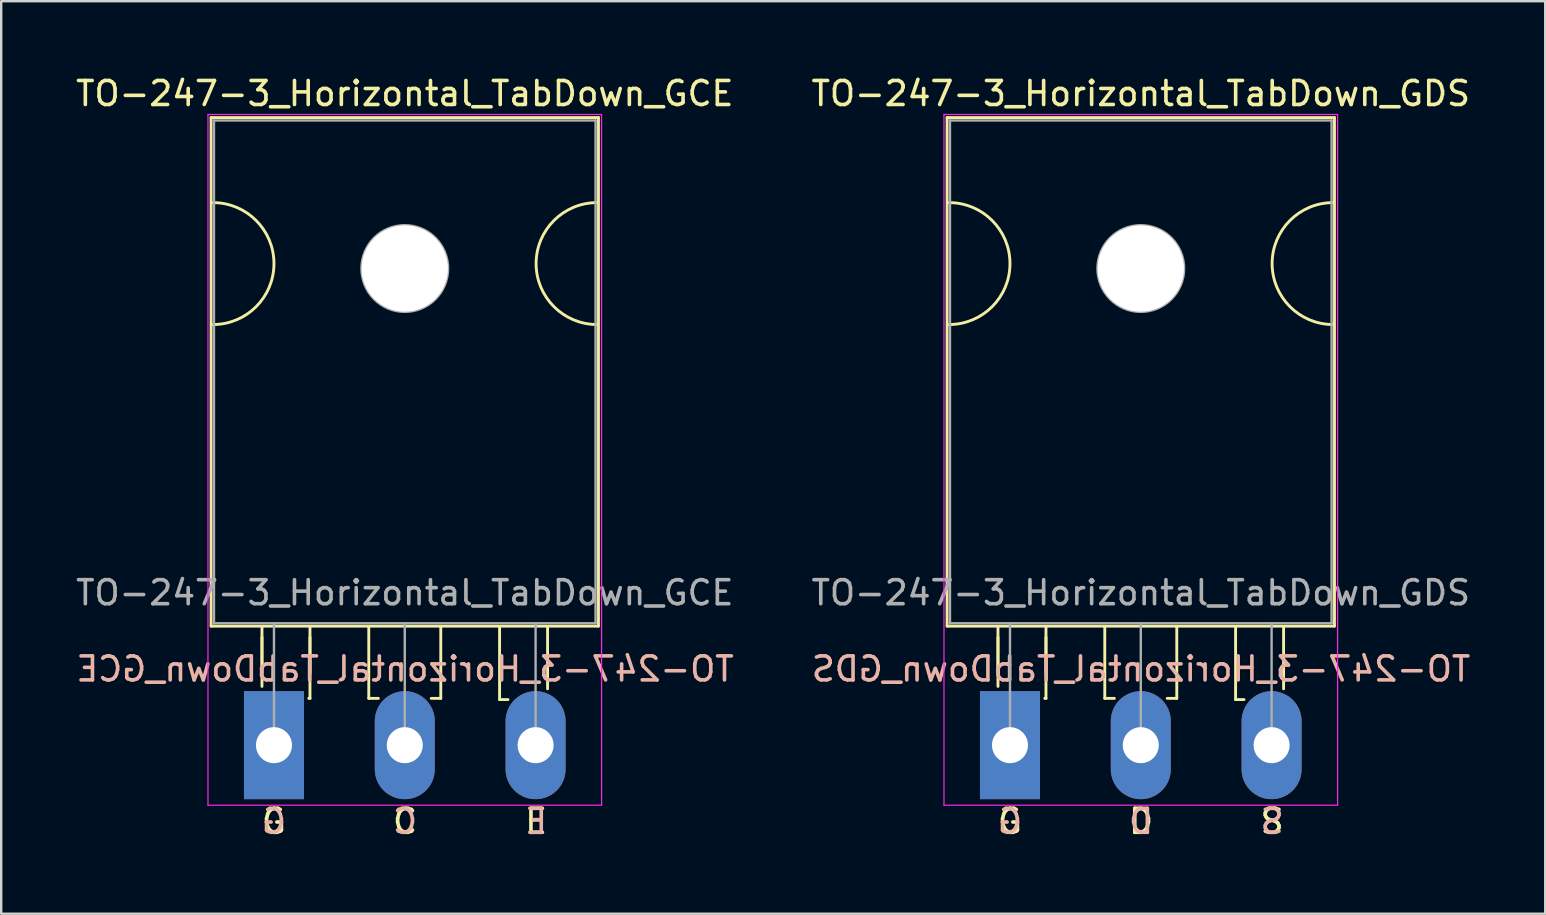
<source format=kicad_pcb>
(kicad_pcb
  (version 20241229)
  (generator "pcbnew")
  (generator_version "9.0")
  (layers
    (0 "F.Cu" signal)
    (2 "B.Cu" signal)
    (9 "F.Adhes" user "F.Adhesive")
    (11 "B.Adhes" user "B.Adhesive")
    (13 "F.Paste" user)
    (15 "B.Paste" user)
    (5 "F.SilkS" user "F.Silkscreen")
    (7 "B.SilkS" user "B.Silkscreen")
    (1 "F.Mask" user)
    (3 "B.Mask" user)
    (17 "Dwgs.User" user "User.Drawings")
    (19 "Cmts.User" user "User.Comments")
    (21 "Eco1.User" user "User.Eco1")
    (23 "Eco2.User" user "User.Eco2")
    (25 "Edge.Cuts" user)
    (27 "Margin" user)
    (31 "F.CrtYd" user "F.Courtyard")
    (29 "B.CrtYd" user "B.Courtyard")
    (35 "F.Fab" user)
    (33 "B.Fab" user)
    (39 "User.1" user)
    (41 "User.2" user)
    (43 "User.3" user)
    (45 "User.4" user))
  (footprint "TO-247-3_Horizontal_TabDown_GDS"
    (layer "F.Cu")
    (at 39.031 27.998)
    (property "Reference" "TO-247-3_Horizontal_TabDown_GDS" (at 5.45 -27.15 0) (layer "F.SilkS") (effects (font (size 1 1) (thickness 0.15))))
    (fp_line (start -2.62 -26.15) (end -2.62 -4.96) (stroke (width 0.12) (type solid)) (layer "F.SilkS"))
    (fp_line (start -2.62 -26.15) (end 13.52 -26.15) (stroke (width 0.12) (type solid)) (layer "F.SilkS"))
    (fp_line (start -2.62 -4.96) (end 13.52 -4.96) (stroke (width 0.12) (type solid)) (layer "F.SilkS"))
    (fp_line (start -0.5 -4.95) (end -0.5 -2.45) (stroke (width 0.12) (type solid)) (layer "F.SilkS"))
    (fp_line (start -0.5 -4.5) (end -0.5 -3) (stroke (width 0.12) (type solid)) (layer "F.SilkS"))
    (fp_line (start 1.5 -4.95) (end 1.5 -1.95) (stroke (width 0.12) (type solid)) (layer "F.SilkS"))
    (fp_line (start 1.5 -4.5) (end 1.5 -3) (stroke (width 0.12) (type solid)) (layer "F.SilkS"))
    (fp_line (start 1.5 -1.95) (end 1.45 -1.95) (stroke (width 0.12) (type solid)) (layer "F.SilkS"))
    (fp_line (start 3.95 -4.9) (end 3.95 -1.95) (stroke (width 0.12) (type solid)) (layer "F.SilkS"))
    (fp_line (start 3.95 -1.95) (end 4.35 -1.95) (stroke (width 0.12) (type solid)) (layer "F.SilkS"))
    (fp_line (start 6.95 -4.95) (end 6.95 -1.95) (stroke (width 0.12) (type solid)) (layer "F.SilkS"))
    (fp_line (start 6.95 -1.95) (end 6.55 -1.95) (stroke (width 0.12) (type solid)) (layer "F.SilkS"))
    (fp_line (start 9.4 -4.9) (end 9.4 -1.9) (stroke (width 0.12) (type solid)) (layer "F.SilkS"))
    (fp_line (start 9.4 -1.9) (end 9.75 -1.9) (stroke (width 0.12) (type solid)) (layer "F.SilkS"))
    (fp_line (start 11.4 -4.9) (end 11.4 -2.35) (stroke (width 0.12) (type solid)) (layer "F.SilkS"))
    (fp_line (start 13.52 -26.15) (end 13.52 -4.96) (stroke (width 0.12) (type solid)) (layer "F.SilkS"))
    (fp_arc (start -2.54 -22.606) (mid 0 -20.066) (end -2.54 -17.526) (stroke (width 0.12) (type solid)) (layer "F.SilkS"))
    (fp_arc (start 13.462 -17.526) (mid 10.922 -20.066) (end 13.462 -22.606) (stroke (width 0.12) (type solid)) (layer "F.SilkS"))
    (fp_line (start -2.75 -26.28) (end -2.75 2.5) (stroke (width 0.05) (type solid)) (layer "F.CrtYd"))
    (fp_line (start -2.75 2.5) (end 13.65 2.5) (stroke (width 0.05) (type solid)) (layer "F.CrtYd"))
    (fp_line (start 13.65 -26.28) (end -2.75 -26.28) (stroke (width 0.05) (type solid)) (layer "F.CrtYd"))
    (fp_line (start 13.65 2.5) (end 13.65 -26.28) (stroke (width 0.05) (type solid)) (layer "F.CrtYd"))
    (fp_line (start -2.5 -26.03) (end 13.4 -26.03) (stroke (width 0.1) (type solid)) (layer "F.Fab"))
    (fp_line (start -2.5 -5.08) (end -2.5 -26.03) (stroke (width 0.1) (type solid)) (layer "F.Fab"))
    (fp_line (start 0 -5.08) (end 0 0) (stroke (width 0.1) (type solid)) (layer "F.Fab"))
    (fp_line (start 5.45 -5.08) (end 5.45 0) (stroke (width 0.1) (type solid)) (layer "F.Fab"))
    (fp_line (start 10.9 -5.08) (end 10.9 0) (stroke (width 0.1) (type solid)) (layer "F.Fab"))
    (fp_line (start 13.4 -26.03) (end 13.4 -5.08) (stroke (width 0.1) (type solid)) (layer "F.Fab"))
    (fp_line (start 13.4 -5.08) (end -2.5 -5.08) (stroke (width 0.1) (type solid)) (layer "F.Fab"))
    (fp_circle (center 5.45 -19.86) (end 7.255 -19.86) (stroke (width 0.1) (type solid)) (fill no) (layer "F.Fab"))
    (fp_text user "S" (at 10.922 3.175 0) (unlocked yes) (layer "F.SilkS") (effects (font (size 1 1) (thickness 0.15))))
    (fp_text user "G" (at 0 3.175 0) (unlocked yes) (layer "F.SilkS") (effects (font (size 1 1) (thickness 0.15))))
    (fp_text user "D" (at 5.461 3.175 0) (unlocked yes) (layer "F.SilkS") (effects (font (size 1 1) (thickness 0.15))))
    (fp_text user "${REFERENCE}" (at 5.461 -3.175 0) (layer "B.SilkS") (effects (font (size 1 1) (thickness 0.15)) (justify mirror)))
    (fp_text user "S" (at 10.922 3.175 0) (unlocked yes) (layer "B.SilkS") (effects (font (size 1 1) (thickness 0.15)) (justify mirror)))
    (fp_text user "G" (at 0 3.175 0) (unlocked yes) (layer "B.SilkS") (effects (font (size 1 1) (thickness 0.15)) (justify mirror)))
    (fp_text user "D" (at 5.461 3.175 0) (unlocked yes) (layer "B.SilkS") (effects (font (size 1 1) (thickness 0.15)) (justify mirror)))
    (fp_text user "${REFERENCE}" (at 5.45 -6.35 0) (layer "F.Fab") (effects (font (size 1 1) (thickness 0.15))))
    (pad "" np_thru_hole oval (at 5.45 -19.86) (size 3.6 3.6) (drill 3.6) (layers "*.Cu" "*.Mask"))
    (pad "1" thru_hole rect (at 0 0) (size 2.5 4.5) (drill 1.5) (layers "*.Cu" "*.Mask"))
    (pad "2" thru_hole oval (at 5.45 0) (size 2.5 4.5) (drill 1.5) (layers "*.Cu" "*.Mask"))
    (pad "3" thru_hole oval (at 10.9 0) (size 2.5 4.5) (drill 1.5) (layers "*.Cu" "*.Mask")))
  (footprint "TO-247-3_Horizontal_TabDown_GCE"
    (layer "F.Cu")
    (at 8.365 27.998)
    (property "Reference" "TO-247-3_Horizontal_TabDown_GCE" (at 5.45 -27.15 0) (layer "F.SilkS") (effects (font (size 1 1) (thickness 0.15))))
    (fp_line (start -2.62 -26.15) (end -2.62 -4.96) (stroke (width 0.12) (type solid)) (layer "F.SilkS"))
    (fp_line (start -2.62 -26.15) (end 13.52 -26.15) (stroke (width 0.12) (type solid)) (layer "F.SilkS"))
    (fp_line (start -2.62 -4.96) (end 13.52 -4.96) (stroke (width 0.12) (type solid)) (layer "F.SilkS"))
    (fp_line (start -0.5 -4.95) (end -0.5 -2.45) (stroke (width 0.12) (type solid)) (layer "F.SilkS"))
    (fp_line (start -0.5 -4.5) (end -0.5 -3) (stroke (width 0.12) (type solid)) (layer "F.SilkS"))
    (fp_line (start 1.5 -4.95) (end 1.5 -1.95) (stroke (width 0.12) (type solid)) (layer "F.SilkS"))
    (fp_line (start 1.5 -4.5) (end 1.5 -3) (stroke (width 0.12) (type solid)) (layer "F.SilkS"))
    (fp_line (start 1.5 -1.95) (end 1.45 -1.95) (stroke (width 0.12) (type solid)) (layer "F.SilkS"))
    (fp_line (start 3.95 -4.9) (end 3.95 -1.95) (stroke (width 0.12) (type solid)) (layer "F.SilkS"))
    (fp_line (start 3.95 -1.95) (end 4.35 -1.95) (stroke (width 0.12) (type solid)) (layer "F.SilkS"))
    (fp_line (start 6.95 -4.95) (end 6.95 -1.95) (stroke (width 0.12) (type solid)) (layer "F.SilkS"))
    (fp_line (start 6.95 -1.95) (end 6.55 -1.95) (stroke (width 0.12) (type solid)) (layer "F.SilkS"))
    (fp_line (start 9.4 -4.9) (end 9.4 -1.9) (stroke (width 0.12) (type solid)) (layer "F.SilkS"))
    (fp_line (start 9.4 -1.9) (end 9.75 -1.9) (stroke (width 0.12) (type solid)) (layer "F.SilkS"))
    (fp_line (start 11.4 -4.9) (end 11.4 -2.35) (stroke (width 0.12) (type solid)) (layer "F.SilkS"))
    (fp_line (start 13.52 -26.15) (end 13.52 -4.96) (stroke (width 0.12) (type solid)) (layer "F.SilkS"))
    (fp_arc (start -2.54 -22.606) (mid 0 -20.066) (end -2.54 -17.526) (stroke (width 0.12) (type solid)) (layer "F.SilkS"))
    (fp_arc (start 13.462 -17.526) (mid 10.922 -20.066) (end 13.462 -22.606) (stroke (width 0.12) (type solid)) (layer "F.SilkS"))
    (fp_line (start -2.75 -26.28) (end -2.75 2.5) (stroke (width 0.05) (type solid)) (layer "F.CrtYd"))
    (fp_line (start -2.75 2.5) (end 13.65 2.5) (stroke (width 0.05) (type solid)) (layer "F.CrtYd"))
    (fp_line (start 13.65 -26.28) (end -2.75 -26.28) (stroke (width 0.05) (type solid)) (layer "F.CrtYd"))
    (fp_line (start 13.65 2.5) (end 13.65 -26.28) (stroke (width 0.05) (type solid)) (layer "F.CrtYd"))
    (fp_line (start -2.5 -26.03) (end 13.4 -26.03) (stroke (width 0.1) (type solid)) (layer "F.Fab"))
    (fp_line (start -2.5 -5.08) (end -2.5 -26.03) (stroke (width 0.1) (type solid)) (layer "F.Fab"))
    (fp_line (start 0 -5.08) (end 0 0) (stroke (width 0.1) (type solid)) (layer "F.Fab"))
    (fp_line (start 5.45 -5.08) (end 5.45 0) (stroke (width 0.1) (type solid)) (layer "F.Fab"))
    (fp_line (start 10.9 -5.08) (end 10.9 0) (stroke (width 0.1) (type solid)) (layer "F.Fab"))
    (fp_line (start 13.4 -26.03) (end 13.4 -5.08) (stroke (width 0.1) (type solid)) (layer "F.Fab"))
    (fp_line (start 13.4 -5.08) (end -2.5 -5.08) (stroke (width 0.1) (type solid)) (layer "F.Fab"))
    (fp_circle (center 5.45 -19.86) (end 7.255 -19.86) (stroke (width 0.1) (type solid)) (fill no) (layer "F.Fab"))
    (fp_text user "E" (at 10.922 3.175 0) (unlocked yes) (layer "F.SilkS") (effects (font (size 1 1) (thickness 0.15))))
    (fp_text user "C" (at 5.461 3.175 0) (unlocked yes) (layer "F.SilkS") (effects (font (size 1 1) (thickness 0.15))))
    (fp_text user "G" (at 0 3.175 0) (unlocked yes) (layer "F.SilkS") (effects (font (size 1 1) (thickness 0.15))))
    (fp_text user "G" (at 0 3.175 0) (unlocked yes) (layer "B.SilkS") (effects (font (size 1 1) (thickness 0.15)) (justify mirror)))
    (fp_text user "${REFERENCE}" (at 5.461 -3.175 0) (layer "B.SilkS") (effects (font (size 1 1) (thickness 0.15)) (justify mirror)))
    (fp_text user "C" (at 5.461 3.175 0) (unlocked yes) (layer "B.SilkS") (effects (font (size 1 1) (thickness 0.15)) (justify mirror)))
    (fp_text user "E" (at 10.922 3.175 0) (unlocked yes) (layer "B.SilkS") (effects (font (size 1 1) (thickness 0.15)) (justify mirror)))
    (fp_text user "${REFERENCE}" (at 5.45 -6.35 0) (layer "F.Fab") (effects (font (size 1 1) (thickness 0.15))))
    (pad "" np_thru_hole oval (at 5.45 -19.86) (size 3.6 3.6) (drill 3.6) (layers "*.Cu" "*.Mask"))
    (pad "1" thru_hole rect (at 0 0) (size 2.5 4.5) (drill 1.5) (layers "*.Cu" "*.Mask"))
    (pad "2" thru_hole oval (at 5.45 0) (size 2.5 4.5) (drill 1.5) (layers "*.Cu" "*.Mask"))
    (pad "3" thru_hole oval (at 10.9 0) (size 2.5 4.5) (drill 1.5) (layers "*.Cu" "*.Mask")))
  (gr_rect
    (start -3 -3)
    (end 61.332 35.022)
    (stroke (width 0.1) (type default))
    (fill no)
    (layer "Edge.Cuts")))
</source>
